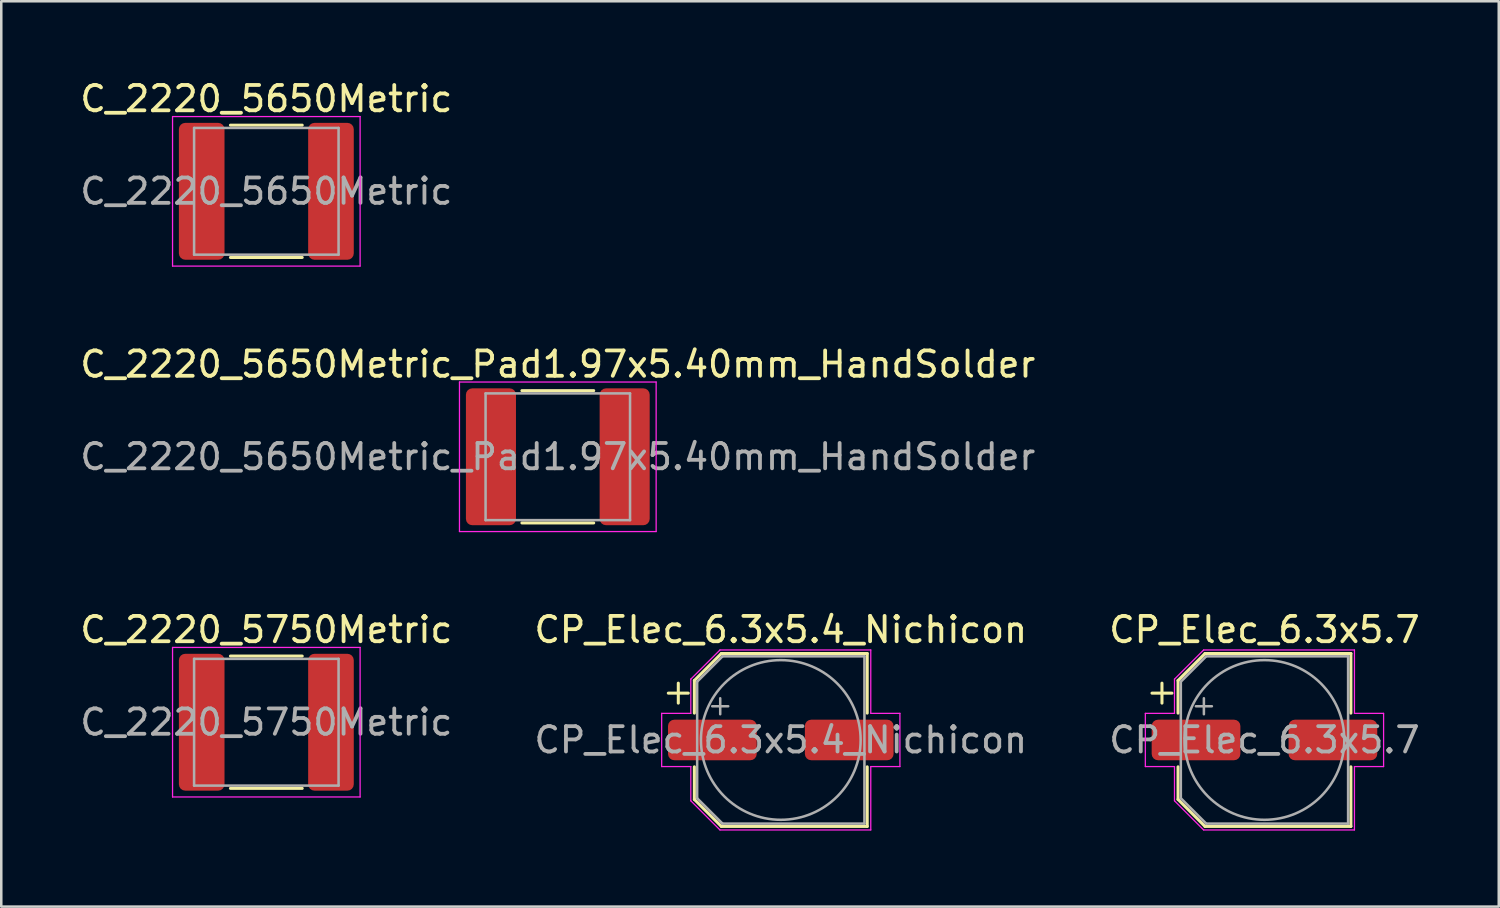
<source format=kicad_pcb>
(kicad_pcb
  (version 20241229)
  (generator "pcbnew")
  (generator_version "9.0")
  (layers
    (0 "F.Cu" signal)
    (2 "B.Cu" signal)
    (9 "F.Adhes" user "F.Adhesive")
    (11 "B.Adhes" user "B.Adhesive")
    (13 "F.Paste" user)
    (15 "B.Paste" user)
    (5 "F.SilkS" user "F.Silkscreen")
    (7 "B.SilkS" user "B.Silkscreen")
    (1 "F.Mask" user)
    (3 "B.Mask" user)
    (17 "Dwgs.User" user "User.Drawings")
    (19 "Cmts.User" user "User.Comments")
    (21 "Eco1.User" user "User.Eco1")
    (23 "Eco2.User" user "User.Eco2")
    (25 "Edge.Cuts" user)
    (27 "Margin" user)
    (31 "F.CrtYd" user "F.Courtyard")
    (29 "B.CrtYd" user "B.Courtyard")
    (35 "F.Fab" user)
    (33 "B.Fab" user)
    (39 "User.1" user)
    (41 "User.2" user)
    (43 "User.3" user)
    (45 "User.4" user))
  (footprint "CP_Elec_6.3x5.4_Nichicon"
    (layer "F.Cu")
    (at 27.756 26.145)
    (property "Reference" "CP_Elec_6.3x5.4_Nichicon" (at 0 -4.35 0) (layer "F.SilkS") (effects (font (size 1 1) (thickness 0.15))))
    (attr smd)
    (fp_line (start -4.438 -1.847) (end -3.65 -1.847) (stroke (width 0.12) (type solid)) (layer "F.SilkS"))
    (fp_line (start -4.044 -2.241) (end -4.044 -1.454) (stroke (width 0.12) (type solid)) (layer "F.SilkS"))
    (fp_line (start -3.41 -2.346) (end -3.41 -1.06) (stroke (width 0.12) (type solid)) (layer "F.SilkS"))
    (fp_line (start -3.41 -2.346) (end -2.346 -3.41) (stroke (width 0.12) (type solid)) (layer "F.SilkS"))
    (fp_line (start -3.41 2.346) (end -3.41 1.06) (stroke (width 0.12) (type solid)) (layer "F.SilkS"))
    (fp_line (start -3.41 2.346) (end -2.346 3.41) (stroke (width 0.12) (type solid)) (layer "F.SilkS"))
    (fp_line (start -2.346 -3.41) (end 3.41 -3.41) (stroke (width 0.12) (type solid)) (layer "F.SilkS"))
    (fp_line (start -2.346 3.41) (end 3.41 3.41) (stroke (width 0.12) (type solid)) (layer "F.SilkS"))
    (fp_line (start 3.41 -3.41) (end 3.41 -1.06) (stroke (width 0.12) (type solid)) (layer "F.SilkS"))
    (fp_line (start 3.41 3.41) (end 3.41 1.06) (stroke (width 0.12) (type solid)) (layer "F.SilkS"))
    (fp_line (start -4.7 -1.05) (end -4.7 1.05) (stroke (width 0.05) (type solid)) (layer "F.CrtYd"))
    (fp_line (start -4.7 1.05) (end -3.55 1.05) (stroke (width 0.05) (type solid)) (layer "F.CrtYd"))
    (fp_line (start -3.55 -2.4) (end -3.55 -1.05) (stroke (width 0.05) (type solid)) (layer "F.CrtYd"))
    (fp_line (start -3.55 -2.4) (end -2.4 -3.55) (stroke (width 0.05) (type solid)) (layer "F.CrtYd"))
    (fp_line (start -3.55 -1.05) (end -4.7 -1.05) (stroke (width 0.05) (type solid)) (layer "F.CrtYd"))
    (fp_line (start -3.55 1.05) (end -3.55 2.4) (stroke (width 0.05) (type solid)) (layer "F.CrtYd"))
    (fp_line (start -3.55 2.4) (end -2.4 3.55) (stroke (width 0.05) (type solid)) (layer "F.CrtYd"))
    (fp_line (start -2.4 -3.55) (end 3.55 -3.55) (stroke (width 0.05) (type solid)) (layer "F.CrtYd"))
    (fp_line (start -2.4 3.55) (end 3.55 3.55) (stroke (width 0.05) (type solid)) (layer "F.CrtYd"))
    (fp_line (start 3.55 -3.55) (end 3.55 -1.05) (stroke (width 0.05) (type solid)) (layer "F.CrtYd"))
    (fp_line (start 3.55 -1.05) (end 4.7 -1.05) (stroke (width 0.05) (type solid)) (layer "F.CrtYd"))
    (fp_line (start 3.55 1.05) (end 3.55 3.55) (stroke (width 0.05) (type solid)) (layer "F.CrtYd"))
    (fp_line (start 4.7 -1.05) (end 4.7 1.05) (stroke (width 0.05) (type solid)) (layer "F.CrtYd"))
    (fp_line (start 4.7 1.05) (end 3.55 1.05) (stroke (width 0.05) (type solid)) (layer "F.CrtYd"))
    (fp_line (start -3.3 -2.3) (end -3.3 2.3) (stroke (width 0.1) (type solid)) (layer "F.Fab"))
    (fp_line (start -3.3 -2.3) (end -2.3 -3.3) (stroke (width 0.1) (type solid)) (layer "F.Fab"))
    (fp_line (start -3.3 2.3) (end -2.3 3.3) (stroke (width 0.1) (type solid)) (layer "F.Fab"))
    (fp_line (start -2.705 -1.33) (end -2.075 -1.33) (stroke (width 0.1) (type solid)) (layer "F.Fab"))
    (fp_line (start -2.39 -1.645) (end -2.39 -1.015) (stroke (width 0.1) (type solid)) (layer "F.Fab"))
    (fp_line (start -2.3 -3.3) (end 3.3 -3.3) (stroke (width 0.1) (type solid)) (layer "F.Fab"))
    (fp_line (start -2.3 3.3) (end 3.3 3.3) (stroke (width 0.1) (type solid)) (layer "F.Fab"))
    (fp_line (start 3.3 -3.3) (end 3.3 3.3) (stroke (width 0.1) (type solid)) (layer "F.Fab"))
    (fp_circle (center 0 0) (end 3.15 0) (stroke (width 0.1) (type solid)) (fill no) (layer "F.Fab"))
    (fp_text user "${REFERENCE}" (at 0 0 0) (layer "F.Fab") (effects (font (size 1 1) (thickness 0.15))))
    (pad "1" smd roundrect (at -2.7 0) (size 3.5 1.6) (layers "F.Cu" "F.Mask" "F.Paste") (roundrect_rratio 0.156))
    (pad "2" smd roundrect (at 2.7 0) (size 3.5 1.6) (layers "F.Cu" "F.Mask" "F.Paste") (roundrect_rratio 0.156)))
  (footprint "CP_Elec_6.3x5.7"
    (layer "F.Cu")
    (at 46.839 26.145)
    (property "Reference" "CP_Elec_6.3x5.7" (at 0 -4.35 0) (layer "F.SilkS") (effects (font (size 1 1) (thickness 0.15))))
    (attr smd)
    (fp_line (start -4.438 -1.847) (end -3.65 -1.847) (stroke (width 0.12) (type solid)) (layer "F.SilkS"))
    (fp_line (start -4.044 -2.241) (end -4.044 -1.454) (stroke (width 0.12) (type solid)) (layer "F.SilkS"))
    (fp_line (start -3.41 -2.346) (end -3.41 -1.06) (stroke (width 0.12) (type solid)) (layer "F.SilkS"))
    (fp_line (start -3.41 -2.346) (end -2.346 -3.41) (stroke (width 0.12) (type solid)) (layer "F.SilkS"))
    (fp_line (start -3.41 2.346) (end -3.41 1.06) (stroke (width 0.12) (type solid)) (layer "F.SilkS"))
    (fp_line (start -3.41 2.346) (end -2.346 3.41) (stroke (width 0.12) (type solid)) (layer "F.SilkS"))
    (fp_line (start -2.346 -3.41) (end 3.41 -3.41) (stroke (width 0.12) (type solid)) (layer "F.SilkS"))
    (fp_line (start -2.346 3.41) (end 3.41 3.41) (stroke (width 0.12) (type solid)) (layer "F.SilkS"))
    (fp_line (start 3.41 -3.41) (end 3.41 -1.06) (stroke (width 0.12) (type solid)) (layer "F.SilkS"))
    (fp_line (start 3.41 3.41) (end 3.41 1.06) (stroke (width 0.12) (type solid)) (layer "F.SilkS"))
    (fp_line (start -4.7 -1.05) (end -4.7 1.05) (stroke (width 0.05) (type solid)) (layer "F.CrtYd"))
    (fp_line (start -4.7 1.05) (end -3.55 1.05) (stroke (width 0.05) (type solid)) (layer "F.CrtYd"))
    (fp_line (start -3.55 -2.4) (end -3.55 -1.05) (stroke (width 0.05) (type solid)) (layer "F.CrtYd"))
    (fp_line (start -3.55 -2.4) (end -2.4 -3.55) (stroke (width 0.05) (type solid)) (layer "F.CrtYd"))
    (fp_line (start -3.55 -1.05) (end -4.7 -1.05) (stroke (width 0.05) (type solid)) (layer "F.CrtYd"))
    (fp_line (start -3.55 1.05) (end -3.55 2.4) (stroke (width 0.05) (type solid)) (layer "F.CrtYd"))
    (fp_line (start -3.55 2.4) (end -2.4 3.55) (stroke (width 0.05) (type solid)) (layer "F.CrtYd"))
    (fp_line (start -2.4 -3.55) (end 3.55 -3.55) (stroke (width 0.05) (type solid)) (layer "F.CrtYd"))
    (fp_line (start -2.4 3.55) (end 3.55 3.55) (stroke (width 0.05) (type solid)) (layer "F.CrtYd"))
    (fp_line (start 3.55 -3.55) (end 3.55 -1.05) (stroke (width 0.05) (type solid)) (layer "F.CrtYd"))
    (fp_line (start 3.55 -1.05) (end 4.7 -1.05) (stroke (width 0.05) (type solid)) (layer "F.CrtYd"))
    (fp_line (start 3.55 1.05) (end 3.55 3.55) (stroke (width 0.05) (type solid)) (layer "F.CrtYd"))
    (fp_line (start 4.7 -1.05) (end 4.7 1.05) (stroke (width 0.05) (type solid)) (layer "F.CrtYd"))
    (fp_line (start 4.7 1.05) (end 3.55 1.05) (stroke (width 0.05) (type solid)) (layer "F.CrtYd"))
    (fp_line (start -3.3 -2.3) (end -3.3 2.3) (stroke (width 0.1) (type solid)) (layer "F.Fab"))
    (fp_line (start -3.3 -2.3) (end -2.3 -3.3) (stroke (width 0.1) (type solid)) (layer "F.Fab"))
    (fp_line (start -3.3 2.3) (end -2.3 3.3) (stroke (width 0.1) (type solid)) (layer "F.Fab"))
    (fp_line (start -2.705 -1.33) (end -2.075 -1.33) (stroke (width 0.1) (type solid)) (layer "F.Fab"))
    (fp_line (start -2.39 -1.645) (end -2.39 -1.015) (stroke (width 0.1) (type solid)) (layer "F.Fab"))
    (fp_line (start -2.3 -3.3) (end 3.3 -3.3) (stroke (width 0.1) (type solid)) (layer "F.Fab"))
    (fp_line (start -2.3 3.3) (end 3.3 3.3) (stroke (width 0.1) (type solid)) (layer "F.Fab"))
    (fp_line (start 3.3 -3.3) (end 3.3 3.3) (stroke (width 0.1) (type solid)) (layer "F.Fab"))
    (fp_circle (center 0 0) (end 3.15 0) (stroke (width 0.1) (type solid)) (fill no) (layer "F.Fab"))
    (fp_text user "${REFERENCE}" (at 0 0 0) (layer "F.Fab") (effects (font (size 1 1) (thickness 0.15))))
    (pad "1" smd roundrect (at -2.7 0) (size 3.5 1.6) (layers "F.Cu" "F.Mask" "F.Paste") (roundrect_rratio 0.156))
    (pad "2" smd roundrect (at 2.7 0) (size 3.5 1.6) (layers "F.Cu" "F.Mask" "F.Paste") (roundrect_rratio 0.156)))
  (footprint "C_2220_5750Metric"
    (layer "F.Cu")
    (at 7.458 25.445)
    (property "Reference" "C_2220_5750Metric" (at 0 -3.65 0) (layer "F.SilkS") (effects (font (size 1 1) (thickness 0.15))))
    (attr smd)
    (fp_line (start -1.416 -2.61) (end 1.416 -2.61) (stroke (width 0.12) (type solid)) (layer "F.SilkS"))
    (fp_line (start -1.416 2.61) (end 1.416 2.61) (stroke (width 0.12) (type solid)) (layer "F.SilkS"))
    (fp_line (start -3.7 -2.95) (end 3.7 -2.95) (stroke (width 0.05) (type solid)) (layer "F.CrtYd"))
    (fp_line (start -3.7 2.95) (end -3.7 -2.95) (stroke (width 0.05) (type solid)) (layer "F.CrtYd"))
    (fp_line (start 3.7 -2.95) (end 3.7 2.95) (stroke (width 0.05) (type solid)) (layer "F.CrtYd"))
    (fp_line (start 3.7 2.95) (end -3.7 2.95) (stroke (width 0.05) (type solid)) (layer "F.CrtYd"))
    (fp_line (start -2.85 -2.5) (end 2.85 -2.5) (stroke (width 0.1) (type solid)) (layer "F.Fab"))
    (fp_line (start -2.85 2.5) (end -2.85 -2.5) (stroke (width 0.1) (type solid)) (layer "F.Fab"))
    (fp_line (start 2.85 -2.5) (end 2.85 2.5) (stroke (width 0.1) (type solid)) (layer "F.Fab"))
    (fp_line (start 2.85 2.5) (end -2.85 2.5) (stroke (width 0.1) (type solid)) (layer "F.Fab"))
    (fp_text user "${REFERENCE}" (at 0 0 0) (layer "F.Fab") (effects (font (size 1 1) (thickness 0.15))))
    (pad "1" smd roundrect (at -2.55 0) (size 1.8 5.4) (layers "F.Cu" "F.Mask" "F.Paste") (roundrect_rratio 0.139))
    (pad "2" smd roundrect (at 2.55 0) (size 1.8 5.4) (layers "F.Cu" "F.Mask" "F.Paste") (roundrect_rratio 0.139)))
  (footprint "C_2220_5650Metric"
    (layer "F.Cu")
    (at 7.458 4.498)
    (property "Reference" "C_2220_5650Metric" (at 0 -3.65 0) (layer "F.SilkS") (effects (font (size 1 1) (thickness 0.15))))
    (attr smd)
    (fp_line (start -1.416 -2.61) (end 1.416 -2.61) (stroke (width 0.12) (type solid)) (layer "F.SilkS"))
    (fp_line (start -1.416 2.61) (end 1.416 2.61) (stroke (width 0.12) (type solid)) (layer "F.SilkS"))
    (fp_line (start -3.7 -2.95) (end 3.7 -2.95) (stroke (width 0.05) (type solid)) (layer "F.CrtYd"))
    (fp_line (start -3.7 2.95) (end -3.7 -2.95) (stroke (width 0.05) (type solid)) (layer "F.CrtYd"))
    (fp_line (start 3.7 -2.95) (end 3.7 2.95) (stroke (width 0.05) (type solid)) (layer "F.CrtYd"))
    (fp_line (start 3.7 2.95) (end -3.7 2.95) (stroke (width 0.05) (type solid)) (layer "F.CrtYd"))
    (fp_line (start -2.85 -2.5) (end 2.85 -2.5) (stroke (width 0.1) (type solid)) (layer "F.Fab"))
    (fp_line (start -2.85 2.5) (end -2.85 -2.5) (stroke (width 0.1) (type solid)) (layer "F.Fab"))
    (fp_line (start 2.85 -2.5) (end 2.85 2.5) (stroke (width 0.1) (type solid)) (layer "F.Fab"))
    (fp_line (start 2.85 2.5) (end -2.85 2.5) (stroke (width 0.1) (type solid)) (layer "F.Fab"))
    (fp_text user "${REFERENCE}" (at 0 0 0) (layer "F.Fab") (effects (font (size 1 1) (thickness 0.15))))
    (pad "1" smd roundrect (at -2.55 0) (size 1.8 5.4) (layers "F.Cu" "F.Mask" "F.Paste") (roundrect_rratio 0.139))
    (pad "2" smd roundrect (at 2.55 0) (size 1.8 5.4) (layers "F.Cu" "F.Mask" "F.Paste") (roundrect_rratio 0.139)))
  (footprint "C_2220_5650Metric_Pad1.97x5.40mm_HandSolder"
    (layer "F.Cu")
    (at 18.958 14.972)
    (property "Reference" "C_2220_5650Metric_Pad1.97x5.40mm_HandSolder" (at 0 -3.65 0) (layer "F.SilkS") (effects (font (size 1 1) (thickness 0.15))))
    (attr smd)
    (fp_line (start -1.416 -2.61) (end 1.416 -2.61) (stroke (width 0.12) (type solid)) (layer "F.SilkS"))
    (fp_line (start -1.416 2.61) (end 1.416 2.61) (stroke (width 0.12) (type solid)) (layer "F.SilkS"))
    (fp_line (start -3.88 -2.95) (end 3.88 -2.95) (stroke (width 0.05) (type solid)) (layer "F.CrtYd"))
    (fp_line (start -3.88 2.95) (end -3.88 -2.95) (stroke (width 0.05) (type solid)) (layer "F.CrtYd"))
    (fp_line (start 3.88 -2.95) (end 3.88 2.95) (stroke (width 0.05) (type solid)) (layer "F.CrtYd"))
    (fp_line (start 3.88 2.95) (end -3.88 2.95) (stroke (width 0.05) (type solid)) (layer "F.CrtYd"))
    (fp_line (start -2.85 -2.5) (end 2.85 -2.5) (stroke (width 0.1) (type solid)) (layer "F.Fab"))
    (fp_line (start -2.85 2.5) (end -2.85 -2.5) (stroke (width 0.1) (type solid)) (layer "F.Fab"))
    (fp_line (start 2.85 -2.5) (end 2.85 2.5) (stroke (width 0.1) (type solid)) (layer "F.Fab"))
    (fp_line (start 2.85 2.5) (end -2.85 2.5) (stroke (width 0.1) (type solid)) (layer "F.Fab"))
    (fp_text user "${REFERENCE}" (at 0 0 0) (layer "F.Fab") (effects (font (size 1 1) (thickness 0.15))))
    (pad "1" smd roundrect (at -2.638 0) (size 1.975 5.4) (layers "F.Cu" "F.Mask" "F.Paste") (roundrect_rratio 0.127))
    (pad "2" smd roundrect (at 2.638 0) (size 1.975 5.4) (layers "F.Cu" "F.Mask" "F.Paste") (roundrect_rratio 0.127)))
  (gr_rect
    (start -3 -3)
    (end 56.083 32.72)
    (stroke (width 0.1) (type default))
    (fill no)
    (layer "Edge.Cuts")))
</source>
